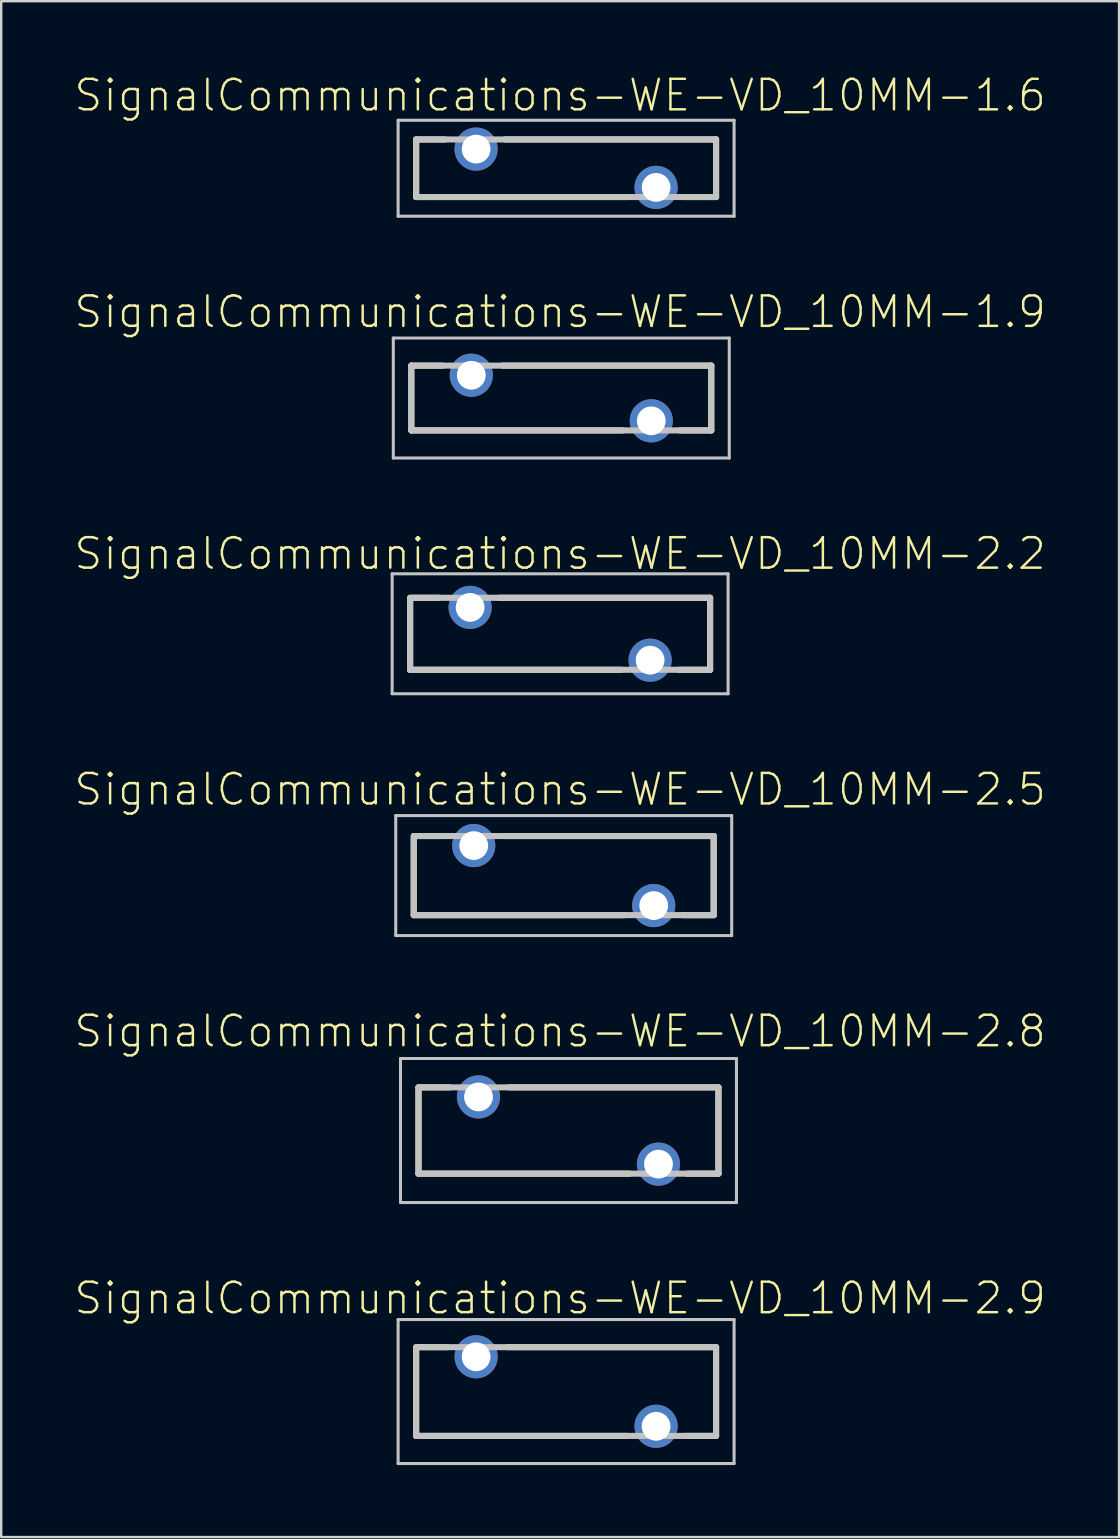
<source format=kicad_pcb>
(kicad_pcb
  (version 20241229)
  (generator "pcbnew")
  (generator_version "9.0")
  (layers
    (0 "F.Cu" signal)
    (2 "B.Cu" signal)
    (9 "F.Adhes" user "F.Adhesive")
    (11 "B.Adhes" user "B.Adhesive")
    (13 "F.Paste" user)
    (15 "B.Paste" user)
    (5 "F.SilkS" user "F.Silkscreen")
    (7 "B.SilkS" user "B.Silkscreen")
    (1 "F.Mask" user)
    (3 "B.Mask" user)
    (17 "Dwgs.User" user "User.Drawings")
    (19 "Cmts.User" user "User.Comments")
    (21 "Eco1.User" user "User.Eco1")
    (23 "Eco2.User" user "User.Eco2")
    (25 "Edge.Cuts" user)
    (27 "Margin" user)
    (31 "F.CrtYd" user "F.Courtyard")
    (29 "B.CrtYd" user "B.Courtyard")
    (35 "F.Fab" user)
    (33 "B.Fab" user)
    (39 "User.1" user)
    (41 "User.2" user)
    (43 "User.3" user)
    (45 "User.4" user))
  (footprint "SignalCommunications-WE-VD_10MM-2.8"
    (layer "F.Cu")
    (at 20.633 44.048)
    (property "Reference" "SignalCommunications-WE-VD_10MM-2.8" (at -0.348 -4.138 0) (layer "F.SilkS") (effects (font (size 1.27 1.27) (thickness 0.102))))
    (attr exclude_from_pos_files exclude_from_bom)
    (fp_line (start -6.248 -1.798) (end -4.948 -1.798) (stroke (width 0.254) (type solid)) (layer "F.SilkS"))
    (fp_line (start -6.248 1.798) (end -6.248 -1.798) (stroke (width 0.254) (type solid)) (layer "F.SilkS"))
    (fp_line (start -2.449 -1.798) (end 6.248 -1.798) (stroke (width 0.254) (type solid)) (layer "F.SilkS"))
    (fp_line (start 2.548 1.798) (end -6.248 1.798) (stroke (width 0.254) (type solid)) (layer "F.SilkS"))
    (fp_line (start 6.248 -1.798) (end 6.248 1.798) (stroke (width 0.254) (type solid)) (layer "F.SilkS"))
    (fp_line (start 6.248 1.798) (end 4.948 1.798) (stroke (width 0.254) (type solid)) (layer "F.SilkS"))
    (fp_line (start -6.998 -3) (end 6.998 -3) (stroke (width 0.127) (type solid)) (layer "Dwgs.User"))
    (fp_line (start -6.998 3) (end -6.998 -3) (stroke (width 0.127) (type solid)) (layer "Dwgs.User"))
    (fp_line (start -6.248 -1.798) (end 6.248 -1.798) (stroke (width 0.254) (type solid)) (layer "Dwgs.User"))
    (fp_line (start -6.248 1.798) (end -6.248 -1.798) (stroke (width 0.254) (type solid)) (layer "Dwgs.User"))
    (fp_line (start 6.248 -1.798) (end 6.248 1.798) (stroke (width 0.254) (type solid)) (layer "Dwgs.User"))
    (fp_line (start 6.248 1.798) (end -6.248 1.798) (stroke (width 0.254) (type solid)) (layer "Dwgs.User"))
    (fp_line (start 6.998 -3) (end 6.998 3) (stroke (width 0.127) (type solid)) (layer "Dwgs.User"))
    (fp_line (start 6.998 3) (end -6.998 3) (stroke (width 0.127) (type solid)) (layer "Dwgs.User"))
    (pad "1" thru_hole circle (at -3.749 -1.4) (size 1.798 1.798) (drill 1.199) (layers "*.Cu" "*.Paste" "*.Mask"))
    (pad "2" thru_hole circle (at 3.749 1.4) (size 1.798 1.798) (drill 1.199) (layers "*.Cu" "*.Paste" "*.Mask")))
  (footprint "SignalCommunications-WE-VD_10MM-2.2"
    (layer "F.Cu")
    (at 20.285 23.354)
    (property "Reference" "SignalCommunications-WE-VD_10MM-2.2" (at 0 -3.338 0) (layer "F.SilkS") (effects (font (size 1.27 1.27) (thickness 0.102))))
    (attr exclude_from_pos_files exclude_from_bom)
    (fp_line (start -6.248 1.499) (end -6.248 -1.499) (stroke (width 0.254) (type solid)) (layer "F.SilkS"))
    (fp_line (start -6.149 -1.499) (end -5.05 -1.499) (stroke (width 0.254) (type solid)) (layer "F.SilkS"))
    (fp_line (start -2.548 -1.499) (end 6.248 -1.499) (stroke (width 0.254) (type solid)) (layer "F.SilkS"))
    (fp_line (start 2.548 1.499) (end -6.248 1.499) (stroke (width 0.254) (type solid)) (layer "F.SilkS"))
    (fp_line (start 6.248 -1.499) (end 6.248 1.499) (stroke (width 0.254) (type solid)) (layer "F.SilkS"))
    (fp_line (start 6.248 1.499) (end 4.948 1.499) (stroke (width 0.254) (type solid)) (layer "F.SilkS"))
    (fp_line (start -6.998 -2.499) (end -6.998 2.499) (stroke (width 0.127) (type solid)) (layer "Dwgs.User"))
    (fp_line (start -6.998 2.499) (end 6.998 2.499) (stroke (width 0.127) (type solid)) (layer "Dwgs.User"))
    (fp_line (start -6.248 -1.499) (end 6.248 -1.499) (stroke (width 0.254) (type solid)) (layer "Dwgs.User"))
    (fp_line (start -6.248 1.499) (end -6.248 -1.499) (stroke (width 0.254) (type solid)) (layer "Dwgs.User"))
    (fp_line (start 6.248 -1.499) (end 6.248 1.499) (stroke (width 0.254) (type solid)) (layer "Dwgs.User"))
    (fp_line (start 6.248 1.499) (end -6.248 1.499) (stroke (width 0.254) (type solid)) (layer "Dwgs.User"))
    (fp_line (start 6.998 -2.499) (end -6.998 -2.499) (stroke (width 0.127) (type solid)) (layer "Dwgs.User"))
    (fp_line (start 6.998 2.499) (end 6.998 -2.499) (stroke (width 0.127) (type solid)) (layer "Dwgs.User"))
    (pad "1" thru_hole circle (at -3.749 -1.1) (size 1.798 1.798) (drill 1.199) (layers "*.Cu" "*.Paste" "*.Mask"))
    (pad "2" thru_hole circle (at 3.749 1.1) (size 1.798 1.798) (drill 1.199) (layers "*.Cu" "*.Paste" "*.Mask")))
  (footprint "SignalCommunications-WE-VD_10MM-2.5"
    (layer "F.Cu")
    (at 20.435 33.427)
    (property "Reference" "SignalCommunications-WE-VD_10MM-2.5" (at -0.15 -3.589 0) (layer "F.SilkS") (effects (font (size 1.27 1.27) (thickness 0.102))))
    (attr exclude_from_pos_files exclude_from_bom)
    (fp_line (start -6.248 -1.648) (end -5.05 -1.648) (stroke (width 0.254) (type solid)) (layer "F.SilkS"))
    (fp_line (start -6.248 1.648) (end -6.248 -1.549) (stroke (width 0.254) (type solid)) (layer "F.SilkS"))
    (fp_line (start -2.449 -1.648) (end 6.248 -1.648) (stroke (width 0.254) (type solid)) (layer "F.SilkS"))
    (fp_line (start 2.548 1.648) (end -6.248 1.648) (stroke (width 0.254) (type solid)) (layer "F.SilkS"))
    (fp_line (start 6.248 -1.648) (end 6.248 1.648) (stroke (width 0.254) (type solid)) (layer "F.SilkS"))
    (fp_line (start 6.248 1.648) (end 4.948 1.648) (stroke (width 0.254) (type solid)) (layer "F.SilkS"))
    (fp_line (start -6.998 -2.499) (end 6.998 -2.499) (stroke (width 0.127) (type solid)) (layer "Dwgs.User"))
    (fp_line (start -6.998 2.499) (end -6.998 -2.499) (stroke (width 0.127) (type solid)) (layer "Dwgs.User"))
    (fp_line (start -6.248 1.648) (end -6.248 -1.648) (stroke (width 0.254) (type solid)) (layer "Dwgs.User"))
    (fp_line (start -6.149 -1.648) (end 6.248 -1.648) (stroke (width 0.254) (type solid)) (layer "Dwgs.User"))
    (fp_line (start 6.248 -1.648) (end 6.248 1.648) (stroke (width 0.254) (type solid)) (layer "Dwgs.User"))
    (fp_line (start 6.248 1.648) (end -6.248 1.648) (stroke (width 0.254) (type solid)) (layer "Dwgs.User"))
    (fp_line (start 6.998 -2.499) (end 6.998 2.499) (stroke (width 0.127) (type solid)) (layer "Dwgs.User"))
    (fp_line (start 6.998 2.499) (end -6.998 2.499) (stroke (width 0.127) (type solid)) (layer "Dwgs.User"))
    (pad "1" thru_hole circle (at -3.749 -1.25) (size 1.798 1.798) (drill 1.199) (layers "*.Cu" "*.Paste" "*.Mask"))
    (pad "2" thru_hole circle (at 3.749 1.25) (size 1.798 1.798) (drill 1.199) (layers "*.Cu" "*.Paste" "*.Mask")))
  (footprint "SignalCommunications-WE-VD_10MM-2.9"
    (layer "F.Cu")
    (at 20.534 54.922)
    (property "Reference" "SignalCommunications-WE-VD_10MM-2.9" (at -0.249 -3.889 0) (layer "F.SilkS") (effects (font (size 1.27 1.27) (thickness 0.102))))
    (attr exclude_from_pos_files exclude_from_bom)
    (fp_line (start -6.248 1.849) (end -6.248 -1.849) (stroke (width 0.254) (type solid)) (layer "F.SilkS"))
    (fp_line (start -6.149 -1.849) (end -4.948 -1.849) (stroke (width 0.254) (type solid)) (layer "F.SilkS"))
    (fp_line (start -2.449 -1.849) (end 6.248 -1.849) (stroke (width 0.254) (type solid)) (layer "F.SilkS"))
    (fp_line (start 2.548 1.849) (end -6.248 1.849) (stroke (width 0.254) (type solid)) (layer "F.SilkS"))
    (fp_line (start 6.248 -1.849) (end 6.248 1.849) (stroke (width 0.254) (type solid)) (layer "F.SilkS"))
    (fp_line (start 6.248 1.849) (end 4.948 1.849) (stroke (width 0.254) (type solid)) (layer "F.SilkS"))
    (fp_line (start -6.998 -3) (end -6.998 3) (stroke (width 0.127) (type solid)) (layer "Dwgs.User"))
    (fp_line (start -6.998 3) (end 6.998 3) (stroke (width 0.127) (type solid)) (layer "Dwgs.User"))
    (fp_line (start -6.248 -1.849) (end 6.248 -1.849) (stroke (width 0.254) (type solid)) (layer "Dwgs.User"))
    (fp_line (start -6.248 1.849) (end -6.248 -1.748) (stroke (width 0.254) (type solid)) (layer "Dwgs.User"))
    (fp_line (start 6.248 -1.849) (end 6.248 1.849) (stroke (width 0.254) (type solid)) (layer "Dwgs.User"))
    (fp_line (start 6.248 1.849) (end -6.248 1.849) (stroke (width 0.254) (type solid)) (layer "Dwgs.User"))
    (fp_line (start 6.998 -3) (end -6.998 -3) (stroke (width 0.127) (type solid)) (layer "Dwgs.User"))
    (fp_line (start 6.998 3) (end 6.998 -3) (stroke (width 0.127) (type solid)) (layer "Dwgs.User"))
    (pad "1" thru_hole circle (at -3.749 -1.448) (size 1.798 1.798) (drill 1.199) (layers "*.Cu" "*.Paste" "*.Mask"))
    (pad "2" thru_hole circle (at 3.749 1.448) (size 1.798 1.798) (drill 1.199) (layers "*.Cu" "*.Paste" "*.Mask")))
  (footprint "SignalCommunications-WE-VD_10MM-1.6"
    (layer "F.Cu")
    (at 20.534 3.959)
    (property "Reference" "SignalCommunications-WE-VD_10MM-1.6" (at -0.249 -3.038 0) (layer "F.SilkS") (effects (font (size 1.27 1.27) (thickness 0.102))))
    (attr exclude_from_pos_files exclude_from_bom)
    (fp_line (start -6.248 -1.199) (end -5.05 -1.199) (stroke (width 0.254) (type solid)) (layer "F.SilkS"))
    (fp_line (start -6.248 1.199) (end -6.248 -1.199) (stroke (width 0.254) (type solid)) (layer "F.SilkS"))
    (fp_line (start -2.548 -1.199) (end 6.248 -1.199) (stroke (width 0.254) (type solid)) (layer "F.SilkS"))
    (fp_line (start 2.548 1.199) (end -6.248 1.199) (stroke (width 0.254) (type solid)) (layer "F.SilkS"))
    (fp_line (start 6.248 -1.199) (end 6.248 1.199) (stroke (width 0.254) (type solid)) (layer "F.SilkS"))
    (fp_line (start 6.248 1.199) (end 4.948 1.199) (stroke (width 0.254) (type solid)) (layer "F.SilkS"))
    (fp_line (start -6.998 -1.999) (end 6.998 -1.999) (stroke (width 0.127) (type solid)) (layer "Dwgs.User"))
    (fp_line (start -6.998 1.999) (end -6.998 -1.999) (stroke (width 0.127) (type solid)) (layer "Dwgs.User"))
    (fp_line (start -6.248 1.199) (end -6.248 -1.199) (stroke (width 0.254) (type solid)) (layer "Dwgs.User"))
    (fp_line (start -6.149 -1.199) (end 6.248 -1.199) (stroke (width 0.254) (type solid)) (layer "Dwgs.User"))
    (fp_line (start 6.248 -1.199) (end 6.248 1.199) (stroke (width 0.254) (type solid)) (layer "Dwgs.User"))
    (fp_line (start 6.248 1.199) (end -6.248 1.199) (stroke (width 0.254) (type solid)) (layer "Dwgs.User"))
    (fp_line (start 6.998 -1.999) (end 6.998 1.999) (stroke (width 0.127) (type solid)) (layer "Dwgs.User"))
    (fp_line (start 6.998 1.999) (end -6.998 1.999) (stroke (width 0.127) (type solid)) (layer "Dwgs.User"))
    (pad "1" thru_hole circle (at -3.749 -0.798) (size 1.798 1.798) (drill 1.199) (layers "*.Cu" "*.Paste" "*.Mask"))
    (pad "2" thru_hole circle (at 3.749 0.798) (size 1.798 1.798) (drill 1.199) (layers "*.Cu" "*.Paste" "*.Mask")))
  (footprint "SignalCommunications-WE-VD_10MM-1.9"
    (layer "F.Cu")
    (at 20.333 13.532)
    (property "Reference" "SignalCommunications-WE-VD_10MM-1.9" (at -0.048 -3.589 0) (layer "F.SilkS") (effects (font (size 1.27 1.27) (thickness 0.102))))
    (attr exclude_from_pos_files exclude_from_bom)
    (fp_line (start -6.248 -1.349) (end -4.948 -1.349) (stroke (width 0.254) (type solid)) (layer "F.SilkS"))
    (fp_line (start -6.248 1.349) (end -6.248 -1.349) (stroke (width 0.254) (type solid)) (layer "F.SilkS"))
    (fp_line (start -2.449 -1.349) (end 6.248 -1.349) (stroke (width 0.254) (type solid)) (layer "F.SilkS"))
    (fp_line (start 2.548 1.349) (end -6.248 1.349) (stroke (width 0.254) (type solid)) (layer "F.SilkS"))
    (fp_line (start 6.248 -1.349) (end 6.248 1.349) (stroke (width 0.254) (type solid)) (layer "F.SilkS"))
    (fp_line (start 6.248 1.349) (end 4.948 1.349) (stroke (width 0.254) (type solid)) (layer "F.SilkS"))
    (fp_line (start -6.998 -2.499) (end 6.998 -2.499) (stroke (width 0.127) (type solid)) (layer "Dwgs.User"))
    (fp_line (start -6.998 2.499) (end -6.998 -2.499) (stroke (width 0.127) (type solid)) (layer "Dwgs.User"))
    (fp_line (start -6.248 -1.349) (end 6.248 -1.349) (stroke (width 0.254) (type solid)) (layer "Dwgs.User"))
    (fp_line (start -6.248 1.349) (end -6.248 -1.349) (stroke (width 0.254) (type solid)) (layer "Dwgs.User"))
    (fp_line (start 6.248 -1.349) (end 6.248 1.349) (stroke (width 0.254) (type solid)) (layer "Dwgs.User"))
    (fp_line (start 6.248 1.349) (end -6.248 1.349) (stroke (width 0.254) (type solid)) (layer "Dwgs.User"))
    (fp_line (start 6.998 -2.499) (end 6.998 2.499) (stroke (width 0.127) (type solid)) (layer "Dwgs.User"))
    (fp_line (start 6.998 2.499) (end -6.998 2.499) (stroke (width 0.127) (type solid)) (layer "Dwgs.User"))
    (pad "1" thru_hole circle (at -3.749 -0.95) (size 1.798 1.798) (drill 1.199) (layers "*.Cu" "*.Paste" "*.Mask"))
    (pad "2" thru_hole circle (at 3.749 0.95) (size 1.798 1.798) (drill 1.199) (layers "*.Cu" "*.Paste" "*.Mask")))
  (gr_rect
    (start -3 -3)
    (end 43.57 60.985)
    (stroke (width 0.1) (type default))
    (fill no)
    (layer "Edge.Cuts")))
</source>
